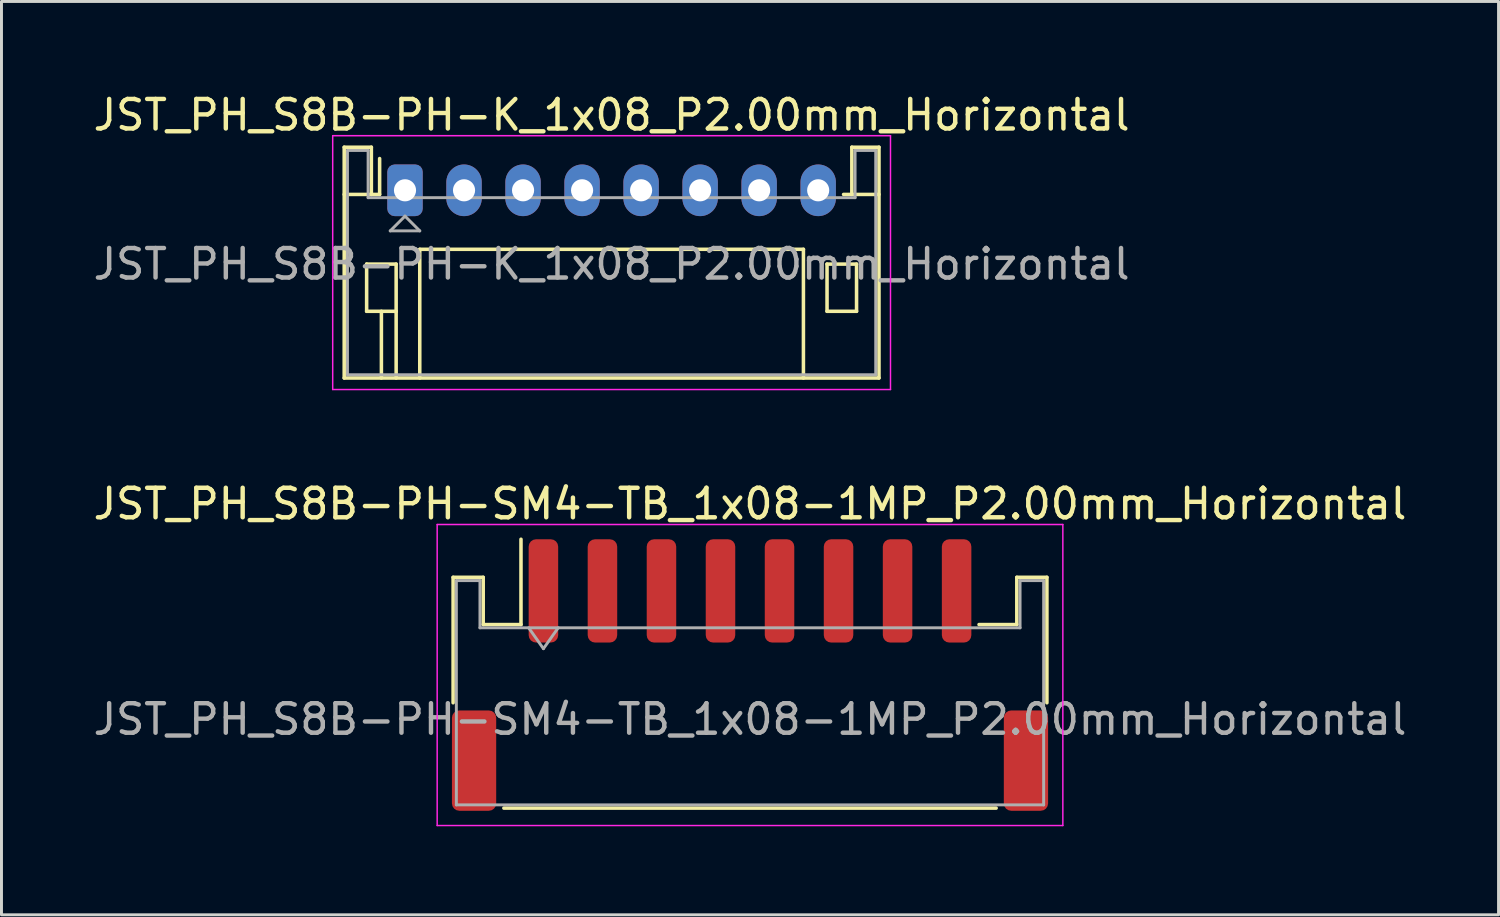
<source format=kicad_pcb>
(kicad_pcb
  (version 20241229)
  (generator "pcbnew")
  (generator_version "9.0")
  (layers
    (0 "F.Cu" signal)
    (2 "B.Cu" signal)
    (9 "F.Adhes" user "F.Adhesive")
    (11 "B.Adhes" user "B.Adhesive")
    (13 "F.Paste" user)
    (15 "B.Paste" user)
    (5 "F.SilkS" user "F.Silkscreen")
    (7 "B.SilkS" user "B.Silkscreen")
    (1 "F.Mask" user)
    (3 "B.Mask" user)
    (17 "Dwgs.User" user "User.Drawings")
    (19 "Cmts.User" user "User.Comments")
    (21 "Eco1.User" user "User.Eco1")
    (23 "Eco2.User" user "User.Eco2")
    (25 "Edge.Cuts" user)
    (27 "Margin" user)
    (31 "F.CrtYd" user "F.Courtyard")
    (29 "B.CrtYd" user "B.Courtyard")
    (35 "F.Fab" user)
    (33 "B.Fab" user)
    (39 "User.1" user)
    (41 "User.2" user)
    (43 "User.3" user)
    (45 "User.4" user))
  (footprint "JST_PH_S8B-PH-SM4-TB_1x08-1MP_P2.00mm_Horizontal"
    (layer "F.Cu")
    (at 22.363 19.822)
    (property "Reference" "JST_PH_S8B-PH-SM4-TB_1x08-1MP_P2.00mm_Horizontal" (at 0 -5.8 0) (layer "F.SilkS") (effects (font (size 1 1) (thickness 0.15))))
    (attr smd)
    (fp_line (start -10.06 -3.31) (end -9.04 -3.31) (stroke (width 0.12) (type solid)) (layer "F.SilkS"))
    (fp_line (start -10.06 0.94) (end -10.06 -3.31) (stroke (width 0.12) (type solid)) (layer "F.SilkS"))
    (fp_line (start -9.04 -3.31) (end -9.04 -1.71) (stroke (width 0.12) (type solid)) (layer "F.SilkS"))
    (fp_line (start -9.04 -1.71) (end -7.76 -1.71) (stroke (width 0.12) (type solid)) (layer "F.SilkS"))
    (fp_line (start -8.34 4.51) (end 8.34 4.51) (stroke (width 0.12) (type solid)) (layer "F.SilkS"))
    (fp_line (start -7.76 -1.71) (end -7.76 -4.6) (stroke (width 0.12) (type solid)) (layer "F.SilkS"))
    (fp_line (start 9.04 -3.31) (end 9.04 -1.71) (stroke (width 0.12) (type solid)) (layer "F.SilkS"))
    (fp_line (start 9.04 -1.71) (end 7.76 -1.71) (stroke (width 0.12) (type solid)) (layer "F.SilkS"))
    (fp_line (start 10.06 -3.31) (end 9.04 -3.31) (stroke (width 0.12) (type solid)) (layer "F.SilkS"))
    (fp_line (start 10.06 0.94) (end 10.06 -3.31) (stroke (width 0.12) (type solid)) (layer "F.SilkS"))
    (fp_line (start -10.6 -5.1) (end -10.6 5.1) (stroke (width 0.05) (type solid)) (layer "F.CrtYd"))
    (fp_line (start -10.6 5.1) (end 10.6 5.1) (stroke (width 0.05) (type solid)) (layer "F.CrtYd"))
    (fp_line (start 10.6 -5.1) (end -10.6 -5.1) (stroke (width 0.05) (type solid)) (layer "F.CrtYd"))
    (fp_line (start 10.6 5.1) (end 10.6 -5.1) (stroke (width 0.05) (type solid)) (layer "F.CrtYd"))
    (fp_line (start -9.95 -3.2) (end -9.95 4.4) (stroke (width 0.1) (type solid)) (layer "F.Fab"))
    (fp_line (start -9.95 -3.2) (end -9.15 -3.2) (stroke (width 0.1) (type solid)) (layer "F.Fab"))
    (fp_line (start -9.95 4.4) (end 9.95 4.4) (stroke (width 0.1) (type solid)) (layer "F.Fab"))
    (fp_line (start -9.15 -3.2) (end -9.15 -1.6) (stroke (width 0.1) (type solid)) (layer "F.Fab"))
    (fp_line (start -9.15 -1.6) (end 9.15 -1.6) (stroke (width 0.1) (type solid)) (layer "F.Fab"))
    (fp_line (start -7.5 -1.6) (end -7 -0.893) (stroke (width 0.1) (type solid)) (layer "F.Fab"))
    (fp_line (start -7 -0.893) (end -6.5 -1.6) (stroke (width 0.1) (type solid)) (layer "F.Fab"))
    (fp_line (start 9.15 -3.2) (end 9.95 -3.2) (stroke (width 0.1) (type solid)) (layer "F.Fab"))
    (fp_line (start 9.15 -1.6) (end 9.15 -3.2) (stroke (width 0.1) (type solid)) (layer "F.Fab"))
    (fp_line (start 9.95 -3.2) (end 9.95 4.4) (stroke (width 0.1) (type solid)) (layer "F.Fab"))
    (fp_text user "${REFERENCE}" (at 0 1.5 0) (layer "F.Fab") (effects (font (size 1 1) (thickness 0.15))))
    (pad "1" smd roundrect (at -7 -2.85) (size 1 3.5) (layers "F.Cu" "F.Mask" "F.Paste") (roundrect_rratio 0.25))
    (pad "2" smd roundrect (at -5 -2.85) (size 1 3.5) (layers "F.Cu" "F.Mask" "F.Paste") (roundrect_rratio 0.25))
    (pad "3" smd roundrect (at -3 -2.85) (size 1 3.5) (layers "F.Cu" "F.Mask" "F.Paste") (roundrect_rratio 0.25))
    (pad "4" smd roundrect (at -1 -2.85) (size 1 3.5) (layers "F.Cu" "F.Mask" "F.Paste") (roundrect_rratio 0.25))
    (pad "5" smd roundrect (at 1 -2.85) (size 1 3.5) (layers "F.Cu" "F.Mask" "F.Paste") (roundrect_rratio 0.25))
    (pad "6" smd roundrect (at 3 -2.85) (size 1 3.5) (layers "F.Cu" "F.Mask" "F.Paste") (roundrect_rratio 0.25))
    (pad "7" smd roundrect (at 5 -2.85) (size 1 3.5) (layers "F.Cu" "F.Mask" "F.Paste") (roundrect_rratio 0.25))
    (pad "8" smd roundrect (at 7 -2.85) (size 1 3.5) (layers "F.Cu" "F.Mask" "F.Paste") (roundrect_rratio 0.25))
    (pad "MP" smd roundrect (at -9.35 2.9) (size 1.5 3.4) (layers "F.Cu" "F.Mask" "F.Paste") (roundrect_rratio 0.167))
    (pad "MP" smd roundrect (at 9.35 2.9) (size 1.5 3.4) (layers "F.Cu" "F.Mask" "F.Paste") (roundrect_rratio 0.167)))
  (footprint "JST_PH_S8B-PH-K_1x08_P2.00mm_Horizontal"
    (layer "F.Cu")
    (at 10.673 3.398)
    (property "Reference" "JST_PH_S8B-PH-K_1x08_P2.00mm_Horizontal" (at 7 -2.55 0) (layer "F.SilkS") (effects (font (size 1 1) (thickness 0.15))))
    (attr through_hole)
    (fp_line (start -2.06 -1.46) (end -2.06 6.36) (stroke (width 0.12) (type solid)) (layer "F.SilkS"))
    (fp_line (start -2.06 0.14) (end -1.14 0.14) (stroke (width 0.12) (type solid)) (layer "F.SilkS"))
    (fp_line (start -2.06 6.36) (end 16.06 6.36) (stroke (width 0.12) (type solid)) (layer "F.SilkS"))
    (fp_line (start -1.3 2.5) (end -1.3 4.1) (stroke (width 0.12) (type solid)) (layer "F.SilkS"))
    (fp_line (start -1.3 4.1) (end -0.3 4.1) (stroke (width 0.12) (type solid)) (layer "F.SilkS"))
    (fp_line (start -1.14 -1.46) (end -2.06 -1.46) (stroke (width 0.12) (type solid)) (layer "F.SilkS"))
    (fp_line (start -1.14 0.14) (end -1.14 -1.46) (stroke (width 0.12) (type solid)) (layer "F.SilkS"))
    (fp_line (start -0.86 0.14) (end -1.14 0.14) (stroke (width 0.12) (type solid)) (layer "F.SilkS"))
    (fp_line (start -0.86 0.14) (end -0.86 -1.075) (stroke (width 0.12) (type solid)) (layer "F.SilkS"))
    (fp_line (start -0.8 4.1) (end -0.8 6.36) (stroke (width 0.12) (type solid)) (layer "F.SilkS"))
    (fp_line (start -0.3 2.5) (end -1.3 2.5) (stroke (width 0.12) (type solid)) (layer "F.SilkS"))
    (fp_line (start -0.3 4.1) (end -0.3 2.5) (stroke (width 0.12) (type solid)) (layer "F.SilkS"))
    (fp_line (start -0.3 4.1) (end -0.3 6.36) (stroke (width 0.12) (type solid)) (layer "F.SilkS"))
    (fp_line (start 0.5 2) (end 13.5 2) (stroke (width 0.12) (type solid)) (layer "F.SilkS"))
    (fp_line (start 0.5 6.36) (end 0.5 2) (stroke (width 0.12) (type solid)) (layer "F.SilkS"))
    (fp_line (start 13.5 2) (end 13.5 6.36) (stroke (width 0.12) (type solid)) (layer "F.SilkS"))
    (fp_line (start 14.3 2.5) (end 15.3 2.5) (stroke (width 0.12) (type solid)) (layer "F.SilkS"))
    (fp_line (start 14.3 4.1) (end 14.3 2.5) (stroke (width 0.12) (type solid)) (layer "F.SilkS"))
    (fp_line (start 15.14 -1.46) (end 15.14 0.14) (stroke (width 0.12) (type solid)) (layer "F.SilkS"))
    (fp_line (start 15.14 0.14) (end 14.86 0.14) (stroke (width 0.12) (type solid)) (layer "F.SilkS"))
    (fp_line (start 15.3 2.5) (end 15.3 4.1) (stroke (width 0.12) (type solid)) (layer "F.SilkS"))
    (fp_line (start 15.3 4.1) (end 14.3 4.1) (stroke (width 0.12) (type solid)) (layer "F.SilkS"))
    (fp_line (start 16.06 -1.46) (end 15.14 -1.46) (stroke (width 0.12) (type solid)) (layer "F.SilkS"))
    (fp_line (start 16.06 0.14) (end 15.14 0.14) (stroke (width 0.12) (type solid)) (layer "F.SilkS"))
    (fp_line (start 16.06 6.36) (end 16.06 -1.46) (stroke (width 0.12) (type solid)) (layer "F.SilkS"))
    (fp_line (start -2.45 -1.85) (end -2.45 6.75) (stroke (width 0.05) (type solid)) (layer "F.CrtYd"))
    (fp_line (start -2.45 6.75) (end 16.45 6.75) (stroke (width 0.05) (type solid)) (layer "F.CrtYd"))
    (fp_line (start 16.45 -1.85) (end -2.45 -1.85) (stroke (width 0.05) (type solid)) (layer "F.CrtYd"))
    (fp_line (start 16.45 6.75) (end 16.45 -1.85) (stroke (width 0.05) (type solid)) (layer "F.CrtYd"))
    (fp_line (start -1.95 -1.35) (end -1.95 6.25) (stroke (width 0.1) (type solid)) (layer "F.Fab"))
    (fp_line (start -1.95 6.25) (end 15.95 6.25) (stroke (width 0.1) (type solid)) (layer "F.Fab"))
    (fp_line (start -1.25 -1.35) (end -1.95 -1.35) (stroke (width 0.1) (type solid)) (layer "F.Fab"))
    (fp_line (start -1.25 0.25) (end -1.25 -1.35) (stroke (width 0.1) (type solid)) (layer "F.Fab"))
    (fp_line (start -0.5 1.375) (end 0.5 1.375) (stroke (width 0.1) (type solid)) (layer "F.Fab"))
    (fp_line (start 0 0.875) (end -0.5 1.375) (stroke (width 0.1) (type solid)) (layer "F.Fab"))
    (fp_line (start 0.5 1.375) (end 0 0.875) (stroke (width 0.1) (type solid)) (layer "F.Fab"))
    (fp_line (start 15.25 -1.35) (end 15.25 0.25) (stroke (width 0.1) (type solid)) (layer "F.Fab"))
    (fp_line (start 15.25 0.25) (end -1.25 0.25) (stroke (width 0.1) (type solid)) (layer "F.Fab"))
    (fp_line (start 15.95 -1.35) (end 15.25 -1.35) (stroke (width 0.1) (type solid)) (layer "F.Fab"))
    (fp_line (start 15.95 6.25) (end 15.95 -1.35) (stroke (width 0.1) (type solid)) (layer "F.Fab"))
    (fp_text user "${REFERENCE}" (at 7 2.5 0) (layer "F.Fab") (effects (font (size 1 1) (thickness 0.15))))
    (pad "1" thru_hole roundrect (at 0 0) (size 1.2 1.75) (drill 0.75) (layers "*.Cu" "*.Mask") (roundrect_rratio 0.208))
    (pad "2" thru_hole oval (at 2 0) (size 1.2 1.75) (drill 0.75) (layers "*.Cu" "*.Mask"))
    (pad "3" thru_hole oval (at 4 0) (size 1.2 1.75) (drill 0.75) (layers "*.Cu" "*.Mask"))
    (pad "4" thru_hole oval (at 6 0) (size 1.2 1.75) (drill 0.75) (layers "*.Cu" "*.Mask"))
    (pad "5" thru_hole oval (at 8 0) (size 1.2 1.75) (drill 0.75) (layers "*.Cu" "*.Mask"))
    (pad "6" thru_hole oval (at 10 0) (size 1.2 1.75) (drill 0.75) (layers "*.Cu" "*.Mask"))
    (pad "7" thru_hole oval (at 12 0) (size 1.2 1.75) (drill 0.75) (layers "*.Cu" "*.Mask"))
    (pad "8" thru_hole oval (at 14 0) (size 1.2 1.75) (drill 0.75) (layers "*.Cu" "*.Mask")))
  (gr_rect
    (start -3 -3)
    (end 47.726 27.947)
    (stroke (width 0.1) (type default))
    (fill no)
    (layer "Edge.Cuts")))
</source>
